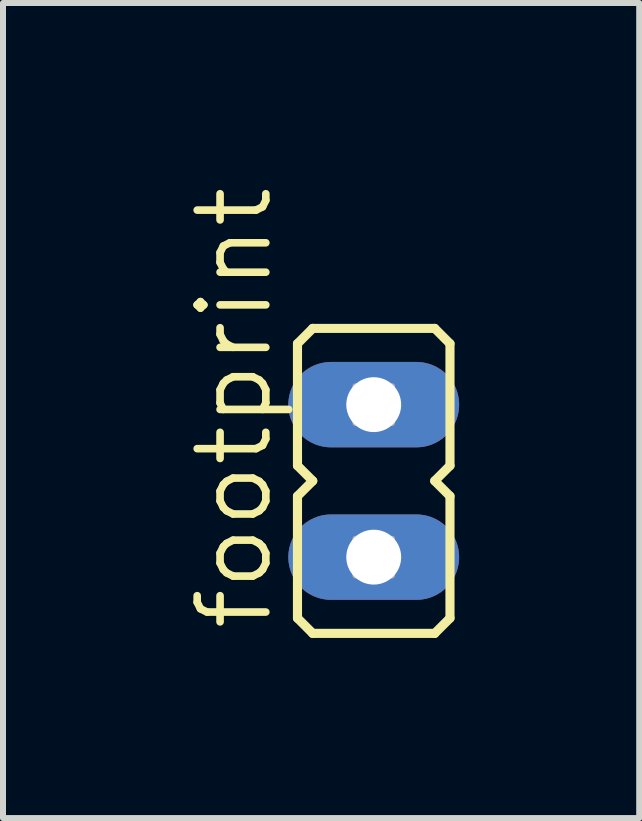
<source format=kicad_pcb>
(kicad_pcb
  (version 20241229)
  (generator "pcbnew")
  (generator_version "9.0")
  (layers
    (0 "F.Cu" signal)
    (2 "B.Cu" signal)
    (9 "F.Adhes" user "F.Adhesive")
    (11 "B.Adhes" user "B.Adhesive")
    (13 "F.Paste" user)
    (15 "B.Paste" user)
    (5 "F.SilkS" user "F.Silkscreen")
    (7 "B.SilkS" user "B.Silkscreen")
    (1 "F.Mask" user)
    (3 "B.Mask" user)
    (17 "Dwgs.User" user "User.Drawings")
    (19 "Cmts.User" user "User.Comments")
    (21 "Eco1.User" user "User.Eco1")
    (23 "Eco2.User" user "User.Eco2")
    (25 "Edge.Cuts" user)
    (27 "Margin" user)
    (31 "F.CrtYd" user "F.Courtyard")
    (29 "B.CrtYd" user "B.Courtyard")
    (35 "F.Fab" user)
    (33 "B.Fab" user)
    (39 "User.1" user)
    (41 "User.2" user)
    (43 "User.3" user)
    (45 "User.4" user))
  (footprint "footprint"
    (layer "F.Cu")
    (at 3.175 4.96)
    (property "Reference" "footprint" (at -1.651 2.54 90) (layer "F.SilkS") (effects (font (size 1.143 1.143) (thickness 0.127)) (justify left bottom)))
    (fp_line (start -1.27 -2.286) (end -1.27 -0.254) (stroke (width 0.152) (type solid)) (layer "F.SilkS"))
    (fp_line (start -1.27 -2.286) (end -1.016 -2.54) (stroke (width 0.152) (type solid)) (layer "F.SilkS"))
    (fp_line (start -1.27 0.254) (end -1.27 2.286) (stroke (width 0.152) (type solid)) (layer "F.SilkS"))
    (fp_line (start -1.016 0) (end -1.27 -0.254) (stroke (width 0.152) (type solid)) (layer "F.SilkS"))
    (fp_line (start -1.016 0) (end -1.27 0.254) (stroke (width 0.152) (type solid)) (layer "F.SilkS"))
    (fp_line (start -1.016 2.54) (end -1.27 2.286) (stroke (width 0.152) (type solid)) (layer "F.SilkS"))
    (fp_line (start -1.016 2.54) (end 1.016 2.54) (stroke (width 0.152) (type solid)) (layer "F.SilkS"))
    (fp_line (start 1.016 -2.54) (end -1.016 -2.54) (stroke (width 0.152) (type solid)) (layer "F.SilkS"))
    (fp_line (start 1.016 0) (end 1.27 -0.254) (stroke (width 0.152) (type solid)) (layer "F.SilkS"))
    (fp_line (start 1.016 0) (end 1.27 0.254) (stroke (width 0.152) (type solid)) (layer "F.SilkS"))
    (fp_line (start 1.016 2.54) (end 1.27 2.286) (stroke (width 0.152) (type solid)) (layer "F.SilkS"))
    (fp_line (start 1.27 -2.286) (end 1.016 -2.54) (stroke (width 0.152) (type solid)) (layer "F.SilkS"))
    (fp_line (start 1.27 -2.286) (end 1.27 -0.254) (stroke (width 0.152) (type solid)) (layer "F.SilkS"))
    (fp_line (start 1.27 0.254) (end 1.27 2.286) (stroke (width 0.152) (type solid)) (layer "F.SilkS"))
    (fp_poly (pts (xy -0.305 -0.965) (xy 0.305 -0.965) (xy 0.305 -1.575) (xy -0.305 -1.575)) (stroke (width 0.1) (type solid)) (fill no) (layer "F.Fab"))
    (fp_poly (pts (xy -0.305 1.575) (xy 0.305 1.575) (xy 0.305 0.965) (xy -0.305 0.965)) (stroke (width 0.1) (type solid)) (fill no) (layer "F.Fab"))
    (pad "1" thru_hole oval (at 0 1.27) (size 2.845 1.422) (drill 0.914) (layers "*.Cu" "*.Mask"))
    (pad "2" thru_hole oval (at 0 -1.27) (size 2.845 1.422) (drill 0.914) (layers "*.Cu" "*.Mask")))
  (gr_rect
    (start -3 -3)
    (end 7.597 10.576)
    (stroke (width 0.1) (type default))
    (fill no)
    (layer "Edge.Cuts")))
</source>
